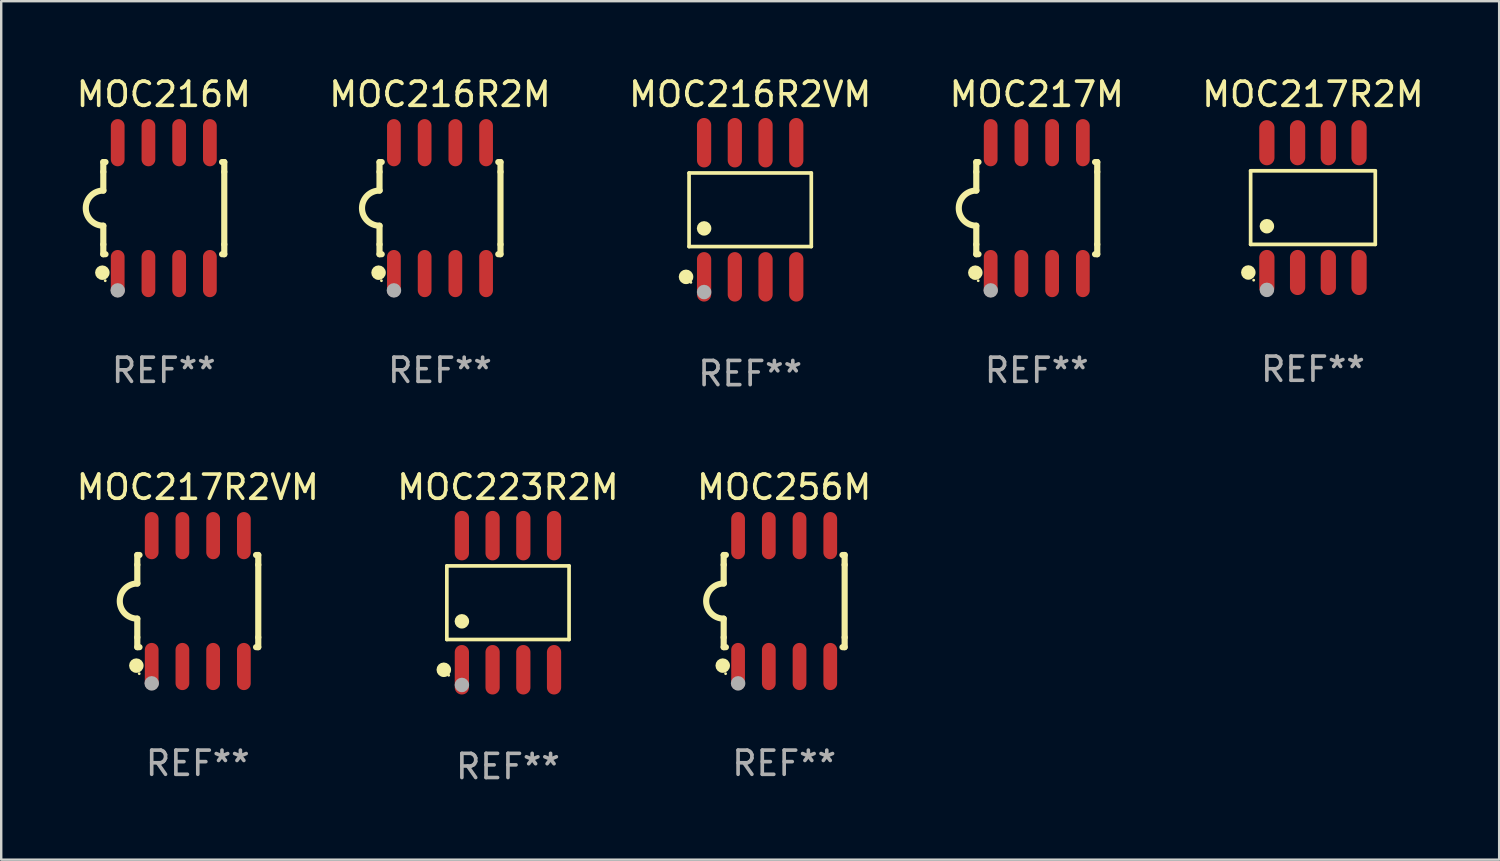
<source format=kicad_pcb>
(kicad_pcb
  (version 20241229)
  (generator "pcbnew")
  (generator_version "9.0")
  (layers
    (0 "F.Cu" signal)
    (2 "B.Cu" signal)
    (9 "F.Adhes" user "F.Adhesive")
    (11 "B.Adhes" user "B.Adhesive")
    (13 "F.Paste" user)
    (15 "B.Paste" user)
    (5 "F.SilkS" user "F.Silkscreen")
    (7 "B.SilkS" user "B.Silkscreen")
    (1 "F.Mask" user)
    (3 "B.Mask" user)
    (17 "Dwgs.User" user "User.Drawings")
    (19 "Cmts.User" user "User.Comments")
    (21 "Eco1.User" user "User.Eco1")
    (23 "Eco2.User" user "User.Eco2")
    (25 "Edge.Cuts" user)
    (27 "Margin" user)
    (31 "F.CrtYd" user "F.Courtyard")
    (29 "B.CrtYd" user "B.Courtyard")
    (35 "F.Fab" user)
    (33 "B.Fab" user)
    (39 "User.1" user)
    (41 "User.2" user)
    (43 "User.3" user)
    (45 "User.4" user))
  (footprint "MOC256M"
    (layer "F.Cu")
    (at 29.363 21.795)
    (property "Reference" "MOC256M" (at 0 -4.705 0) (layer "F.SilkS") (effects (font (size 1 1) (thickness 0.15))))
    (attr through_hole)
    (fp_line (start -2.5 -1.905) (end -2.409 -1.905) (stroke (width 0.254) (type solid)) (layer "F.SilkS"))
    (fp_line (start -2.5 -1.5) (end -2.5 -1.905) (stroke (width 0.254) (type solid)) (layer "F.SilkS"))
    (fp_line (start -2.5 -1.5) (end -2.5 -0.726) (stroke (width 0.254) (type solid)) (layer "F.SilkS"))
    (fp_line (start -2.5 1.5) (end -2.5 0.727) (stroke (width 0.254) (type solid)) (layer "F.SilkS"))
    (fp_line (start -2.5 1.5) (end -2.5 1.905) (stroke (width 0.254) (type solid)) (layer "F.SilkS"))
    (fp_line (start -2.5 1.905) (end -2.409 1.905) (stroke (width 0.254) (type solid)) (layer "F.SilkS"))
    (fp_line (start 2.5 -1.905) (end 2.409 -1.905) (stroke (width 0.254) (type solid)) (layer "F.SilkS"))
    (fp_line (start 2.5 -1.5) (end 2.5 -1.905) (stroke (width 0.254) (type solid)) (layer "F.SilkS"))
    (fp_line (start 2.5 -1.5) (end 2.5 1.5) (stroke (width 0.254) (type solid)) (layer "F.SilkS"))
    (fp_line (start 2.5 1.5) (end 2.5 1.905) (stroke (width 0.254) (type solid)) (layer "F.SilkS"))
    (fp_line (start 2.5 1.905) (end 2.409 1.905) (stroke (width 0.254) (type solid)) (layer "F.SilkS"))
    (fp_arc (start -2.5 0.726568) (mid -3.220316 -0.0023) (end -2.495097 -0.726289) (stroke (width 0.254001) (type solid)) (layer "F.SilkS"))
    (fp_circle (center -2.54 2.667) (end -2.39 2.667) (stroke (width 0.3) (type solid)) (fill no) (layer "F.SilkS"))
    (fp_circle (center -2.42 3) (end -2.39 3) (stroke (width 0.06) (type solid)) (fill no) (layer "F.SilkS"))
    (fp_circle (center -1.905 3.4) (end -1.755 3.4) (stroke (width 0.3) (type solid)) (fill no) (layer "F.Fab"))
    (fp_text user "REF**" (at 0 6.705 0) (layer "F.Fab") (effects (font (size 1 1) (thickness 0.15))))
    (pad "1" smd oval (at -1.905 2.705) (size 0.568 1.95) (layers "F.Cu" "F.Mask" "F.Paste"))
    (pad "2" smd oval (at -0.635 2.705) (size 0.568 1.95) (layers "F.Cu" "F.Mask" "F.Paste"))
    (pad "3" smd oval (at 0.635 2.705) (size 0.568 1.95) (layers "F.Cu" "F.Mask" "F.Paste"))
    (pad "4" smd oval (at 1.905 2.705) (size 0.568 1.95) (layers "F.Cu" "F.Mask" "F.Paste"))
    (pad "5" smd oval (at 1.905 -2.705) (size 0.568 1.95) (layers "F.Cu" "F.Mask" "F.Paste"))
    (pad "6" smd oval (at 0.635 -2.705) (size 0.568 1.95) (layers "F.Cu" "F.Mask" "F.Paste"))
    (pad "7" smd oval (at -0.635 -2.705) (size 0.568 1.95) (layers "F.Cu" "F.Mask" "F.Paste"))
    (pad "8" smd oval (at -1.905 -2.705) (size 0.568 1.95) (layers "F.Cu" "F.Mask" "F.Paste")))
  (footprint "MOC217R2VM"
    (layer "F.Cu")
    (at 5.125 21.795)
    (property "Reference" "MOC217R2VM" (at 0 -4.705 0) (layer "F.SilkS") (effects (font (size 1 1) (thickness 0.15))))
    (attr through_hole)
    (fp_line (start -2.5 -1.905) (end -2.409 -1.905) (stroke (width 0.254) (type solid)) (layer "F.SilkS"))
    (fp_line (start -2.5 -1.5) (end -2.5 -1.905) (stroke (width 0.254) (type solid)) (layer "F.SilkS"))
    (fp_line (start -2.5 -1.5) (end -2.5 -0.726) (stroke (width 0.254) (type solid)) (layer "F.SilkS"))
    (fp_line (start -2.5 1.5) (end -2.5 0.727) (stroke (width 0.254) (type solid)) (layer "F.SilkS"))
    (fp_line (start -2.5 1.5) (end -2.5 1.905) (stroke (width 0.254) (type solid)) (layer "F.SilkS"))
    (fp_line (start -2.5 1.905) (end -2.409 1.905) (stroke (width 0.254) (type solid)) (layer "F.SilkS"))
    (fp_line (start 2.5 -1.905) (end 2.409 -1.905) (stroke (width 0.254) (type solid)) (layer "F.SilkS"))
    (fp_line (start 2.5 -1.5) (end 2.5 -1.905) (stroke (width 0.254) (type solid)) (layer "F.SilkS"))
    (fp_line (start 2.5 -1.5) (end 2.5 1.5) (stroke (width 0.254) (type solid)) (layer "F.SilkS"))
    (fp_line (start 2.5 1.5) (end 2.5 1.905) (stroke (width 0.254) (type solid)) (layer "F.SilkS"))
    (fp_line (start 2.5 1.905) (end 2.409 1.905) (stroke (width 0.254) (type solid)) (layer "F.SilkS"))
    (fp_arc (start -2.5 0.726568) (mid -3.220316 -0.0023) (end -2.495097 -0.726289) (stroke (width 0.254001) (type solid)) (layer "F.SilkS"))
    (fp_circle (center -2.54 2.667) (end -2.39 2.667) (stroke (width 0.3) (type solid)) (fill no) (layer "F.SilkS"))
    (fp_circle (center -2.42 3) (end -2.39 3) (stroke (width 0.06) (type solid)) (fill no) (layer "F.SilkS"))
    (fp_circle (center -1.905 3.4) (end -1.755 3.4) (stroke (width 0.3) (type solid)) (fill no) (layer "F.Fab"))
    (fp_text user "REF**" (at 0 6.705 0) (layer "F.Fab") (effects (font (size 1 1) (thickness 0.15))))
    (pad "1" smd oval (at -1.905 2.705) (size 0.568 1.95) (layers "F.Cu" "F.Mask" "F.Paste"))
    (pad "2" smd oval (at -0.635 2.705) (size 0.568 1.95) (layers "F.Cu" "F.Mask" "F.Paste"))
    (pad "3" smd oval (at 0.635 2.705) (size 0.568 1.95) (layers "F.Cu" "F.Mask" "F.Paste"))
    (pad "4" smd oval (at 1.905 2.705) (size 0.568 1.95) (layers "F.Cu" "F.Mask" "F.Paste"))
    (pad "5" smd oval (at 1.905 -2.705) (size 0.568 1.95) (layers "F.Cu" "F.Mask" "F.Paste"))
    (pad "6" smd oval (at 0.635 -2.705) (size 0.568 1.95) (layers "F.Cu" "F.Mask" "F.Paste"))
    (pad "7" smd oval (at -0.635 -2.705) (size 0.568 1.95) (layers "F.Cu" "F.Mask" "F.Paste"))
    (pad "8" smd oval (at -1.905 -2.705) (size 0.568 1.95) (layers "F.Cu" "F.Mask" "F.Paste")))
  (footprint "MOC216M"
    (layer "F.Cu")
    (at 3.72 5.553)
    (property "Reference" "MOC216M" (at 0 -4.705 0) (layer "F.SilkS") (effects (font (size 1 1) (thickness 0.15))))
    (attr through_hole)
    (fp_line (start -2.5 -1.905) (end -2.409 -1.905) (stroke (width 0.254) (type solid)) (layer "F.SilkS"))
    (fp_line (start -2.5 -1.5) (end -2.5 -1.905) (stroke (width 0.254) (type solid)) (layer "F.SilkS"))
    (fp_line (start -2.5 -1.5) (end -2.5 -0.726) (stroke (width 0.254) (type solid)) (layer "F.SilkS"))
    (fp_line (start -2.5 1.5) (end -2.5 0.727) (stroke (width 0.254) (type solid)) (layer "F.SilkS"))
    (fp_line (start -2.5 1.5) (end -2.5 1.905) (stroke (width 0.254) (type solid)) (layer "F.SilkS"))
    (fp_line (start -2.5 1.905) (end -2.409 1.905) (stroke (width 0.254) (type solid)) (layer "F.SilkS"))
    (fp_line (start 2.5 -1.905) (end 2.409 -1.905) (stroke (width 0.254) (type solid)) (layer "F.SilkS"))
    (fp_line (start 2.5 -1.5) (end 2.5 -1.905) (stroke (width 0.254) (type solid)) (layer "F.SilkS"))
    (fp_line (start 2.5 -1.5) (end 2.5 1.5) (stroke (width 0.254) (type solid)) (layer "F.SilkS"))
    (fp_line (start 2.5 1.5) (end 2.5 1.905) (stroke (width 0.254) (type solid)) (layer "F.SilkS"))
    (fp_line (start 2.5 1.905) (end 2.409 1.905) (stroke (width 0.254) (type solid)) (layer "F.SilkS"))
    (fp_arc (start -2.5 0.726568) (mid -3.220316 -0.0023) (end -2.495097 -0.726289) (stroke (width 0.254001) (type solid)) (layer "F.SilkS"))
    (fp_circle (center -2.54 2.667) (end -2.39 2.667) (stroke (width 0.3) (type solid)) (fill no) (layer "F.SilkS"))
    (fp_circle (center -2.42 3) (end -2.39 3) (stroke (width 0.06) (type solid)) (fill no) (layer "F.SilkS"))
    (fp_circle (center -1.905 3.4) (end -1.755 3.4) (stroke (width 0.3) (type solid)) (fill no) (layer "F.Fab"))
    (fp_text user "REF**" (at 0 6.705 0) (layer "F.Fab") (effects (font (size 1 1) (thickness 0.15))))
    (pad "1" smd oval (at -1.905 2.705) (size 0.568 1.95) (layers "F.Cu" "F.Mask" "F.Paste"))
    (pad "2" smd oval (at -0.635 2.705) (size 0.568 1.95) (layers "F.Cu" "F.Mask" "F.Paste"))
    (pad "3" smd oval (at 0.635 2.705) (size 0.568 1.95) (layers "F.Cu" "F.Mask" "F.Paste"))
    (pad "4" smd oval (at 1.905 2.705) (size 0.568 1.95) (layers "F.Cu" "F.Mask" "F.Paste"))
    (pad "5" smd oval (at 1.905 -2.705) (size 0.568 1.95) (layers "F.Cu" "F.Mask" "F.Paste"))
    (pad "6" smd oval (at 0.635 -2.705) (size 0.568 1.95) (layers "F.Cu" "F.Mask" "F.Paste"))
    (pad "7" smd oval (at -0.635 -2.705) (size 0.568 1.95) (layers "F.Cu" "F.Mask" "F.Paste"))
    (pad "8" smd oval (at -1.905 -2.705) (size 0.568 1.95) (layers "F.Cu" "F.Mask" "F.Paste")))
  (footprint "MOC217M"
    (layer "F.Cu")
    (at 39.804 5.553)
    (property "Reference" "MOC217M" (at 0 -4.705 0) (layer "F.SilkS") (effects (font (size 1 1) (thickness 0.15))))
    (attr through_hole)
    (fp_line (start -2.5 -1.905) (end -2.409 -1.905) (stroke (width 0.254) (type solid)) (layer "F.SilkS"))
    (fp_line (start -2.5 -1.5) (end -2.5 -1.905) (stroke (width 0.254) (type solid)) (layer "F.SilkS"))
    (fp_line (start -2.5 -1.5) (end -2.5 -0.726) (stroke (width 0.254) (type solid)) (layer "F.SilkS"))
    (fp_line (start -2.5 1.5) (end -2.5 0.727) (stroke (width 0.254) (type solid)) (layer "F.SilkS"))
    (fp_line (start -2.5 1.5) (end -2.5 1.905) (stroke (width 0.254) (type solid)) (layer "F.SilkS"))
    (fp_line (start -2.5 1.905) (end -2.409 1.905) (stroke (width 0.254) (type solid)) (layer "F.SilkS"))
    (fp_line (start 2.5 -1.905) (end 2.409 -1.905) (stroke (width 0.254) (type solid)) (layer "F.SilkS"))
    (fp_line (start 2.5 -1.5) (end 2.5 -1.905) (stroke (width 0.254) (type solid)) (layer "F.SilkS"))
    (fp_line (start 2.5 -1.5) (end 2.5 1.5) (stroke (width 0.254) (type solid)) (layer "F.SilkS"))
    (fp_line (start 2.5 1.5) (end 2.5 1.905) (stroke (width 0.254) (type solid)) (layer "F.SilkS"))
    (fp_line (start 2.5 1.905) (end 2.409 1.905) (stroke (width 0.254) (type solid)) (layer "F.SilkS"))
    (fp_arc (start -2.5 0.726568) (mid -3.220316 -0.0023) (end -2.495097 -0.726289) (stroke (width 0.254001) (type solid)) (layer "F.SilkS"))
    (fp_circle (center -2.54 2.667) (end -2.39 2.667) (stroke (width 0.3) (type solid)) (fill no) (layer "F.SilkS"))
    (fp_circle (center -2.42 3) (end -2.39 3) (stroke (width 0.06) (type solid)) (fill no) (layer "F.SilkS"))
    (fp_circle (center -1.905 3.4) (end -1.755 3.4) (stroke (width 0.3) (type solid)) (fill no) (layer "F.Fab"))
    (fp_text user "REF**" (at 0 6.705 0) (layer "F.Fab") (effects (font (size 1 1) (thickness 0.15))))
    (pad "1" smd oval (at -1.905 2.705) (size 0.568 1.95) (layers "F.Cu" "F.Mask" "F.Paste"))
    (pad "2" smd oval (at -0.635 2.705) (size 0.568 1.95) (layers "F.Cu" "F.Mask" "F.Paste"))
    (pad "3" smd oval (at 0.635 2.705) (size 0.568 1.95) (layers "F.Cu" "F.Mask" "F.Paste"))
    (pad "4" smd oval (at 1.905 2.705) (size 0.568 1.95) (layers "F.Cu" "F.Mask" "F.Paste"))
    (pad "5" smd oval (at 1.905 -2.705) (size 0.568 1.95) (layers "F.Cu" "F.Mask" "F.Paste"))
    (pad "6" smd oval (at 0.635 -2.705) (size 0.568 1.95) (layers "F.Cu" "F.Mask" "F.Paste"))
    (pad "7" smd oval (at -0.635 -2.705) (size 0.568 1.95) (layers "F.Cu" "F.Mask" "F.Paste"))
    (pad "8" smd oval (at -1.905 -2.705) (size 0.568 1.95) (layers "F.Cu" "F.Mask" "F.Paste")))
  (footprint "MOC223R2M"
    (layer "F.Cu")
    (at 17.946 21.862)
    (property "Reference" "MOC223R2M" (at 0 -4.772 0) (layer "F.SilkS") (effects (font (size 1 1) (thickness 0.15))))
    (attr through_hole)
    (fp_line (start -2.526 -1.521) (end 2.526 -1.521) (stroke (width 0.152) (type solid)) (layer "F.SilkS"))
    (fp_line (start -2.526 1.521) (end -2.526 -1.521) (stroke (width 0.152) (type solid)) (layer "F.SilkS"))
    (fp_line (start 2.526 -1.521) (end 2.526 1.521) (stroke (width 0.152) (type solid)) (layer "F.SilkS"))
    (fp_line (start 2.526 1.521) (end -2.526 1.521) (stroke (width 0.152) (type solid)) (layer "F.SilkS"))
    (fp_circle (center -2.652 2.772) (end -2.501 2.772) (stroke (width 0.3) (type solid)) (fill no) (layer "F.SilkS"))
    (fp_circle (center -2.45 3) (end -2.42 3) (stroke (width 0.06) (type solid)) (fill no) (layer "F.SilkS"))
    (fp_circle (center -1.905 0.769) (end -1.755 0.769) (stroke (width 0.3) (type solid)) (fill no) (layer "F.SilkS"))
    (fp_circle (center -1.905 3.4) (end -1.755 3.4) (stroke (width 0.3) (type solid)) (fill no) (layer "F.Fab"))
    (fp_text user "REF**" (at 0 6.772 0) (layer "F.Fab") (effects (font (size 1 1) (thickness 0.15))))
    (pad "1" smd oval (at -1.905 2.772) (size 0.588 2.045) (layers "F.Cu" "F.Mask" "F.Paste"))
    (pad "2" smd oval (at -0.635 2.772) (size 0.588 2.045) (layers "F.Cu" "F.Mask" "F.Paste"))
    (pad "3" smd oval (at 0.635 2.772) (size 0.588 2.045) (layers "F.Cu" "F.Mask" "F.Paste"))
    (pad "4" smd oval (at 1.905 2.772) (size 0.588 2.045) (layers "F.Cu" "F.Mask" "F.Paste"))
    (pad "5" smd oval (at 1.905 -2.772) (size 0.588 2.045) (layers "F.Cu" "F.Mask" "F.Paste"))
    (pad "6" smd oval (at 0.635 -2.772) (size 0.588 2.045) (layers "F.Cu" "F.Mask" "F.Paste"))
    (pad "7" smd oval (at -0.635 -2.772) (size 0.588 2.045) (layers "F.Cu" "F.Mask" "F.Paste"))
    (pad "8" smd oval (at -1.905 -2.772) (size 0.588 2.045) (layers "F.Cu" "F.Mask" "F.Paste")))
  (footprint "MOC217R2M"
    (layer "F.Cu")
    (at 51.22 5.531)
    (property "Reference" "MOC217R2M" (at 0 -4.682 0) (layer "F.SilkS") (effects (font (size 1 1) (thickness 0.15))))
    (attr through_hole)
    (fp_line (start -2.576 -1.521) (end 2.576 -1.521) (stroke (width 0.152) (type solid)) (layer "F.SilkS"))
    (fp_line (start -2.576 1.521) (end -2.576 -1.521) (stroke (width 0.152) (type solid)) (layer "F.SilkS"))
    (fp_line (start 2.576 -1.521) (end 2.576 1.521) (stroke (width 0.152) (type solid)) (layer "F.SilkS"))
    (fp_line (start 2.576 1.521) (end -2.576 1.521) (stroke (width 0.152) (type solid)) (layer "F.SilkS"))
    (fp_circle (center -2.672 2.682) (end -2.522 2.682) (stroke (width 0.3) (type solid)) (fill no) (layer "F.SilkS"))
    (fp_circle (center -2.45 3) (end -2.42 3) (stroke (width 0.06) (type solid)) (fill no) (layer "F.SilkS"))
    (fp_circle (center -1.905 0.769) (end -1.755 0.769) (stroke (width 0.3) (type solid)) (fill no) (layer "F.SilkS"))
    (fp_circle (center -1.905 3.4) (end -1.755 3.4) (stroke (width 0.3) (type solid)) (fill no) (layer "F.Fab"))
    (fp_text user "REF**" (at 0 6.682 0) (layer "F.Fab") (effects (font (size 1 1) (thickness 0.15))))
    (pad "1" smd oval (at -1.905 2.682) (size 0.63 1.865) (layers "F.Cu" "F.Mask" "F.Paste"))
    (pad "2" smd oval (at -0.635 2.682) (size 0.63 1.865) (layers "F.Cu" "F.Mask" "F.Paste"))
    (pad "3" smd oval (at 0.635 2.682) (size 0.63 1.865) (layers "F.Cu" "F.Mask" "F.Paste"))
    (pad "4" smd oval (at 1.905 2.682) (size 0.63 1.865) (layers "F.Cu" "F.Mask" "F.Paste"))
    (pad "5" smd oval (at 1.905 -2.682) (size 0.63 1.865) (layers "F.Cu" "F.Mask" "F.Paste"))
    (pad "6" smd oval (at 0.635 -2.682) (size 0.63 1.865) (layers "F.Cu" "F.Mask" "F.Paste"))
    (pad "7" smd oval (at -0.635 -2.682) (size 0.63 1.865) (layers "F.Cu" "F.Mask" "F.Paste"))
    (pad "8" smd oval (at -1.905 -2.682) (size 0.63 1.865) (layers "F.Cu" "F.Mask" "F.Paste")))
  (footprint "MOC216R2M"
    (layer "F.Cu")
    (at 15.137 5.553)
    (property "Reference" "MOC216R2M" (at 0 -4.705 0) (layer "F.SilkS") (effects (font (size 1 1) (thickness 0.15))))
    (attr through_hole)
    (fp_line (start -2.5 -1.905) (end -2.409 -1.905) (stroke (width 0.254) (type solid)) (layer "F.SilkS"))
    (fp_line (start -2.5 -1.5) (end -2.5 -1.905) (stroke (width 0.254) (type solid)) (layer "F.SilkS"))
    (fp_line (start -2.5 -1.5) (end -2.5 -0.726) (stroke (width 0.254) (type solid)) (layer "F.SilkS"))
    (fp_line (start -2.5 1.5) (end -2.5 0.727) (stroke (width 0.254) (type solid)) (layer "F.SilkS"))
    (fp_line (start -2.5 1.5) (end -2.5 1.905) (stroke (width 0.254) (type solid)) (layer "F.SilkS"))
    (fp_line (start -2.5 1.905) (end -2.409 1.905) (stroke (width 0.254) (type solid)) (layer "F.SilkS"))
    (fp_line (start 2.5 -1.905) (end 2.409 -1.905) (stroke (width 0.254) (type solid)) (layer "F.SilkS"))
    (fp_line (start 2.5 -1.5) (end 2.5 -1.905) (stroke (width 0.254) (type solid)) (layer "F.SilkS"))
    (fp_line (start 2.5 -1.5) (end 2.5 1.5) (stroke (width 0.254) (type solid)) (layer "F.SilkS"))
    (fp_line (start 2.5 1.5) (end 2.5 1.905) (stroke (width 0.254) (type solid)) (layer "F.SilkS"))
    (fp_line (start 2.5 1.905) (end 2.409 1.905) (stroke (width 0.254) (type solid)) (layer "F.SilkS"))
    (fp_arc (start -2.5 0.726568) (mid -3.220316 -0.0023) (end -2.495097 -0.726289) (stroke (width 0.254001) (type solid)) (layer "F.SilkS"))
    (fp_circle (center -2.54 2.667) (end -2.39 2.667) (stroke (width 0.3) (type solid)) (fill no) (layer "F.SilkS"))
    (fp_circle (center -2.42 3) (end -2.39 3) (stroke (width 0.06) (type solid)) (fill no) (layer "F.SilkS"))
    (fp_circle (center -1.905 3.4) (end -1.755 3.4) (stroke (width 0.3) (type solid)) (fill no) (layer "F.Fab"))
    (fp_text user "REF**" (at 0 6.705 0) (layer "F.Fab") (effects (font (size 1 1) (thickness 0.15))))
    (pad "1" smd oval (at -1.905 2.705) (size 0.568 1.95) (layers "F.Cu" "F.Mask" "F.Paste"))
    (pad "2" smd oval (at -0.635 2.705) (size 0.568 1.95) (layers "F.Cu" "F.Mask" "F.Paste"))
    (pad "3" smd oval (at 0.635 2.705) (size 0.568 1.95) (layers "F.Cu" "F.Mask" "F.Paste"))
    (pad "4" smd oval (at 1.905 2.705) (size 0.568 1.95) (layers "F.Cu" "F.Mask" "F.Paste"))
    (pad "5" smd oval (at 1.905 -2.705) (size 0.568 1.95) (layers "F.Cu" "F.Mask" "F.Paste"))
    (pad "6" smd oval (at 0.635 -2.705) (size 0.568 1.95) (layers "F.Cu" "F.Mask" "F.Paste"))
    (pad "7" smd oval (at -0.635 -2.705) (size 0.568 1.95) (layers "F.Cu" "F.Mask" "F.Paste"))
    (pad "8" smd oval (at -1.905 -2.705) (size 0.568 1.95) (layers "F.Cu" "F.Mask" "F.Paste")))
  (footprint "MOC216R2VM"
    (layer "F.Cu")
    (at 27.958 5.621)
    (property "Reference" "MOC216R2VM" (at 0 -4.772 0) (layer "F.SilkS") (effects (font (size 1 1) (thickness 0.15))))
    (attr through_hole)
    (fp_line (start -2.526 -1.521) (end 2.526 -1.521) (stroke (width 0.152) (type solid)) (layer "F.SilkS"))
    (fp_line (start -2.526 1.521) (end -2.526 -1.521) (stroke (width 0.152) (type solid)) (layer "F.SilkS"))
    (fp_line (start 2.526 -1.521) (end 2.526 1.521) (stroke (width 0.152) (type solid)) (layer "F.SilkS"))
    (fp_line (start 2.526 1.521) (end -2.526 1.521) (stroke (width 0.152) (type solid)) (layer "F.SilkS"))
    (fp_circle (center -2.652 2.772) (end -2.501 2.772) (stroke (width 0.3) (type solid)) (fill no) (layer "F.SilkS"))
    (fp_circle (center -2.45 3) (end -2.42 3) (stroke (width 0.06) (type solid)) (fill no) (layer "F.SilkS"))
    (fp_circle (center -1.905 0.769) (end -1.755 0.769) (stroke (width 0.3) (type solid)) (fill no) (layer "F.SilkS"))
    (fp_circle (center -1.905 3.4) (end -1.755 3.4) (stroke (width 0.3) (type solid)) (fill no) (layer "F.Fab"))
    (fp_text user "REF**" (at 0 6.772 0) (layer "F.Fab") (effects (font (size 1 1) (thickness 0.15))))
    (pad "1" smd oval (at -1.905 2.772) (size 0.588 2.045) (layers "F.Cu" "F.Mask" "F.Paste"))
    (pad "2" smd oval (at -0.635 2.772) (size 0.588 2.045) (layers "F.Cu" "F.Mask" "F.Paste"))
    (pad "3" smd oval (at 0.635 2.772) (size 0.588 2.045) (layers "F.Cu" "F.Mask" "F.Paste"))
    (pad "4" smd oval (at 1.905 2.772) (size 0.588 2.045) (layers "F.Cu" "F.Mask" "F.Paste"))
    (pad "5" smd oval (at 1.905 -2.772) (size 0.588 2.045) (layers "F.Cu" "F.Mask" "F.Paste"))
    (pad "6" smd oval (at 0.635 -2.772) (size 0.588 2.045) (layers "F.Cu" "F.Mask" "F.Paste"))
    (pad "7" smd oval (at -0.635 -2.772) (size 0.588 2.045) (layers "F.Cu" "F.Mask" "F.Paste"))
    (pad "8" smd oval (at -1.905 -2.772) (size 0.588 2.045) (layers "F.Cu" "F.Mask" "F.Paste")))
  (gr_rect
    (start -3 -3)
    (end 58.917 32.483)
    (stroke (width 0.1) (type default))
    (fill no)
    (layer "Edge.Cuts")))
</source>
